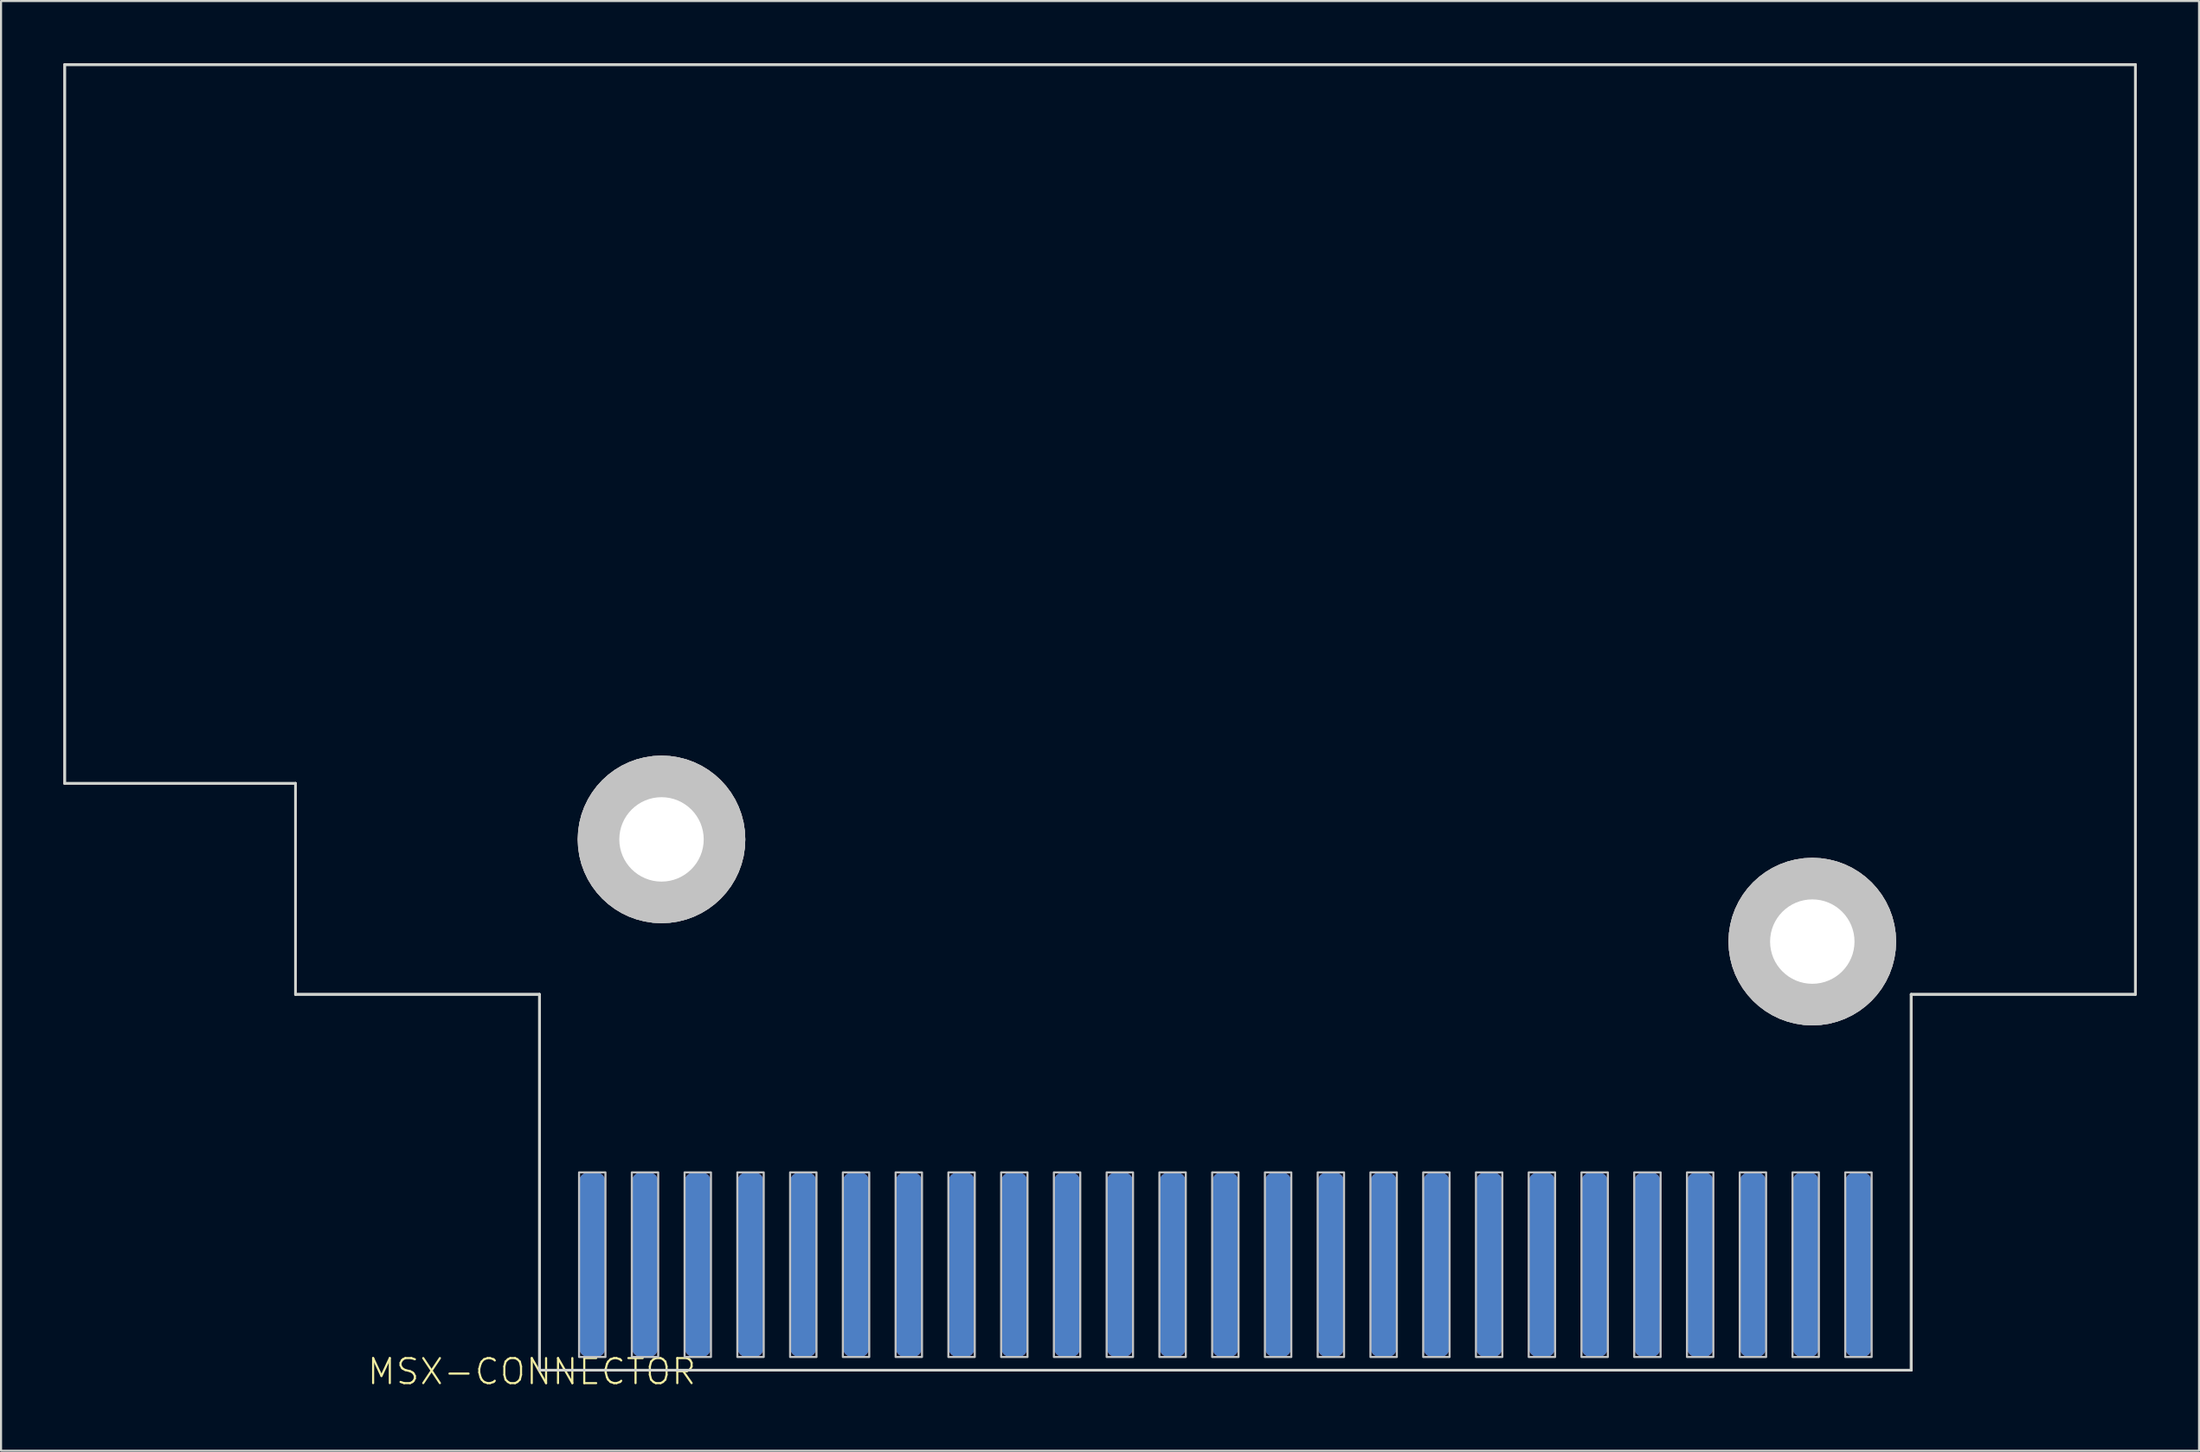
<source format=kicad_pcb>
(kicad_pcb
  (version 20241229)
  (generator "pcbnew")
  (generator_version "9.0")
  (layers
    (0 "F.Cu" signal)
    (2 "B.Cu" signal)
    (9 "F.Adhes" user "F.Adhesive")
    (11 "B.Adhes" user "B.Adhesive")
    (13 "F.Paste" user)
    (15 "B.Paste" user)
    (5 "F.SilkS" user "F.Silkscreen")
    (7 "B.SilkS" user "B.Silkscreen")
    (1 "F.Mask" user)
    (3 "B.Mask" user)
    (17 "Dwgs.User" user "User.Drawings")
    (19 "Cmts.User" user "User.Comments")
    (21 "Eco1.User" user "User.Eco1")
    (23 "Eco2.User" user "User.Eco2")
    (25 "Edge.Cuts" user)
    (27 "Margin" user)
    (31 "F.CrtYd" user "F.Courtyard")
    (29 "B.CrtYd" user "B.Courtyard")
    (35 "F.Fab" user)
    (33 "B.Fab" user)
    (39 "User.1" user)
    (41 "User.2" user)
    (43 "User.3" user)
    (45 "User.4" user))
  (footprint "MSX-CONNECTOR"
    (layer "F.Cu")
    (at 55.944 61.023)
    (property "Reference" "MSX-CONNECTOR" (at -25.4 1.27 0) (layer "F.SilkS") (effects (font (size 1.206 1.206) (thickness 0.102)) (justify right top)))
    (attr through_hole)
    (fp_circle (center -27.146 -23.654) (end -26.922 -23.654) (stroke (width 3.81) (type solid)) (fill no) (layer "Dwgs.User"))
    (fp_circle (center -27.146 -23.654) (end -26.922 -23.654) (stroke (width 3.81) (type solid)) (fill no) (layer "Dwgs.User"))
    (fp_circle (center -27.146 -23.654) (end -26.922 -23.654) (stroke (width 3.81) (type solid)) (fill no) (layer "Dwgs.User"))
    (fp_circle (center -27.146 -23.654) (end -25.138 -23.654) (stroke (width 0.127) (type solid)) (fill no) (layer "Dwgs.User"))
    (fp_circle (center 28.258 -18.733) (end 28.482 -18.733) (stroke (width 3.81) (type solid)) (fill no) (layer "Dwgs.User"))
    (fp_circle (center 28.258 -18.733) (end 28.482 -18.733) (stroke (width 3.81) (type solid)) (fill no) (layer "Dwgs.User"))
    (fp_circle (center 28.258 -18.733) (end 28.482 -18.733) (stroke (width 3.81) (type solid)) (fill no) (layer "Dwgs.User"))
    (fp_circle (center 28.258 -18.733) (end 30.266 -18.733) (stroke (width 0.127) (type solid)) (fill no) (layer "Dwgs.User"))
    (fp_poly (pts (xy -31.115 1.27) (xy -29.845 1.27) (xy -29.845 -7.62) (xy -31.115 -7.62)) (stroke (width 0.1) (type solid)) (fill no) (layer "Dwgs.User"))
    (fp_poly (pts (xy -28.575 1.27) (xy -27.305 1.27) (xy -27.305 -7.62) (xy -28.575 -7.62)) (stroke (width 0.1) (type solid)) (fill no) (layer "Dwgs.User"))
    (fp_poly (pts (xy -26.035 1.27) (xy -24.765 1.27) (xy -24.765 -7.62) (xy -26.035 -7.62)) (stroke (width 0.1) (type solid)) (fill no) (layer "Dwgs.User"))
    (fp_poly (pts (xy -23.495 1.27) (xy -22.225 1.27) (xy -22.225 -7.62) (xy -23.495 -7.62)) (stroke (width 0.1) (type solid)) (fill no) (layer "Dwgs.User"))
    (fp_poly (pts (xy -20.955 1.27) (xy -19.685 1.27) (xy -19.685 -7.62) (xy -20.955 -7.62)) (stroke (width 0.1) (type solid)) (fill no) (layer "Dwgs.User"))
    (fp_poly (pts (xy -18.415 1.27) (xy -17.145 1.27) (xy -17.145 -7.62) (xy -18.415 -7.62)) (stroke (width 0.1) (type solid)) (fill no) (layer "Dwgs.User"))
    (fp_poly (pts (xy -15.875 1.27) (xy -14.605 1.27) (xy -14.605 -7.62) (xy -15.875 -7.62)) (stroke (width 0.1) (type solid)) (fill no) (layer "Dwgs.User"))
    (fp_poly (pts (xy -13.335 1.27) (xy -12.065 1.27) (xy -12.065 -7.62) (xy -13.335 -7.62)) (stroke (width 0.1) (type solid)) (fill no) (layer "Dwgs.User"))
    (fp_poly (pts (xy -10.795 1.27) (xy -9.525 1.27) (xy -9.525 -7.62) (xy -10.795 -7.62)) (stroke (width 0.1) (type solid)) (fill no) (layer "Dwgs.User"))
    (fp_poly (pts (xy -8.255 1.27) (xy -6.985 1.27) (xy -6.985 -7.62) (xy -8.255 -7.62)) (stroke (width 0.1) (type solid)) (fill no) (layer "Dwgs.User"))
    (fp_poly (pts (xy -5.715 1.27) (xy -4.445 1.27) (xy -4.445 -7.62) (xy -5.715 -7.62)) (stroke (width 0.1) (type solid)) (fill no) (layer "Dwgs.User"))
    (fp_poly (pts (xy -3.175 1.27) (xy -1.905 1.27) (xy -1.905 -7.62) (xy -3.175 -7.62)) (stroke (width 0.1) (type solid)) (fill no) (layer "Dwgs.User"))
    (fp_poly (pts (xy -0.635 1.27) (xy 0.635 1.27) (xy 0.635 -7.62) (xy -0.635 -7.62)) (stroke (width 0.1) (type solid)) (fill no) (layer "Dwgs.User"))
    (fp_poly (pts (xy 1.905 1.27) (xy 3.175 1.27) (xy 3.175 -7.62) (xy 1.905 -7.62)) (stroke (width 0.1) (type solid)) (fill no) (layer "Dwgs.User"))
    (fp_poly (pts (xy 4.445 1.27) (xy 5.715 1.27) (xy 5.715 -7.62) (xy 4.445 -7.62)) (stroke (width 0.1) (type solid)) (fill no) (layer "Dwgs.User"))
    (fp_poly (pts (xy 6.985 1.27) (xy 8.255 1.27) (xy 8.255 -7.62) (xy 6.985 -7.62)) (stroke (width 0.1) (type solid)) (fill no) (layer "Dwgs.User"))
    (fp_poly (pts (xy 9.525 1.27) (xy 10.795 1.27) (xy 10.795 -7.62) (xy 9.525 -7.62)) (stroke (width 0.1) (type solid)) (fill no) (layer "Dwgs.User"))
    (fp_poly (pts (xy 12.065 1.27) (xy 13.335 1.27) (xy 13.335 -7.62) (xy 12.065 -7.62)) (stroke (width 0.1) (type solid)) (fill no) (layer "Dwgs.User"))
    (fp_poly (pts (xy 14.605 1.27) (xy 15.875 1.27) (xy 15.875 -7.62) (xy 14.605 -7.62)) (stroke (width 0.1) (type solid)) (fill no) (layer "Dwgs.User"))
    (fp_poly (pts (xy 17.145 1.27) (xy 18.415 1.27) (xy 18.415 -7.62) (xy 17.145 -7.62)) (stroke (width 0.1) (type solid)) (fill no) (layer "Dwgs.User"))
    (fp_poly (pts (xy 19.685 1.27) (xy 20.955 1.27) (xy 20.955 -7.62) (xy 19.685 -7.62)) (stroke (width 0.1) (type solid)) (fill no) (layer "Dwgs.User"))
    (fp_poly (pts (xy 22.225 1.27) (xy 23.495 1.27) (xy 23.495 -7.62) (xy 22.225 -7.62)) (stroke (width 0.1) (type solid)) (fill no) (layer "Dwgs.User"))
    (fp_poly (pts (xy 24.765 1.27) (xy 26.035 1.27) (xy 26.035 -7.62) (xy 24.765 -7.62)) (stroke (width 0.1) (type solid)) (fill no) (layer "Dwgs.User"))
    (fp_poly (pts (xy 27.305 1.27) (xy 28.575 1.27) (xy 28.575 -7.62) (xy 27.305 -7.62)) (stroke (width 0.1) (type solid)) (fill no) (layer "Dwgs.User"))
    (fp_poly (pts (xy 29.845 1.27) (xy 31.115 1.27) (xy 31.115 -7.62) (xy 29.845 -7.62)) (stroke (width 0.1) (type solid)) (fill no) (layer "Dwgs.User"))
    (fp_line (start -55.88 -60.96) (end -55.88 -26.352) (stroke (width 0.127) (type solid)) (layer "Edge.Cuts"))
    (fp_line (start -55.88 -60.96) (end -55.88 -26.352) (stroke (width 0.127) (type solid)) (layer "Edge.Cuts"))
    (fp_line (start -55.88 -26.352) (end -44.767 -26.352) (stroke (width 0.127) (type solid)) (layer "Edge.Cuts"))
    (fp_line (start -44.767 -26.352) (end -55.88 -26.352) (stroke (width 0.127) (type solid)) (layer "Edge.Cuts"))
    (fp_line (start -44.767 -26.352) (end -44.767 -16.192) (stroke (width 0.127) (type solid)) (layer "Edge.Cuts"))
    (fp_line (start -44.767 -16.192) (end -44.767 -26.352) (stroke (width 0.127) (type solid)) (layer "Edge.Cuts"))
    (fp_line (start -44.767 -16.192) (end -33.02 -16.192) (stroke (width 0.127) (type solid)) (layer "Edge.Cuts"))
    (fp_line (start -33.02 -16.192) (end -44.767 -16.192) (stroke (width 0.127) (type solid)) (layer "Edge.Cuts"))
    (fp_line (start -33.02 -16.192) (end -33.02 1.905) (stroke (width 0.127) (type solid)) (layer "Edge.Cuts"))
    (fp_line (start -33.02 1.905) (end -33.02 -16.192) (stroke (width 0.127) (type solid)) (layer "Edge.Cuts"))
    (fp_line (start -33.02 1.905) (end 33.02 1.905) (stroke (width 0.127) (type solid)) (layer "Edge.Cuts"))
    (fp_line (start 33.02 -16.192) (end 43.815 -16.192) (stroke (width 0.127) (type solid)) (layer "Edge.Cuts"))
    (fp_line (start 33.02 -16.192) (end 43.815 -16.192) (stroke (width 0.127) (type solid)) (layer "Edge.Cuts"))
    (fp_line (start 33.02 1.905) (end -33.02 1.905) (stroke (width 0.127) (type solid)) (layer "Edge.Cuts"))
    (fp_line (start 33.02 1.905) (end 33.02 -16.192) (stroke (width 0.127) (type solid)) (layer "Edge.Cuts"))
    (fp_line (start 33.02 1.905) (end 33.02 -16.192) (stroke (width 0.127) (type solid)) (layer "Edge.Cuts"))
    (fp_line (start 43.815 -60.96) (end -55.88 -60.96) (stroke (width 0.127) (type solid)) (layer "Edge.Cuts"))
    (fp_line (start 43.815 -60.96) (end -55.88 -60.96) (stroke (width 0.127) (type solid)) (layer "Edge.Cuts"))
    (fp_line (start 43.815 -16.192) (end 43.815 -60.96) (stroke (width 0.127) (type solid)) (layer "Edge.Cuts"))
    (fp_line (start 43.815 -16.192) (end 43.815 -60.96) (stroke (width 0.127) (type solid)) (layer "Edge.Cuts"))
    (pad "" np_thru_hole circle (at -27.146 -23.654) (size 4.064 4.064) (drill 4.064) (layers "*.Cu" "*.Mask"))
    (pad "" np_thru_hole circle (at 28.258 -18.733) (size 4.064 4.064) (drill 4.064) (layers "*.Cu" "*.Mask"))
    (pad "1" smd roundrect (at 30.48 -3.175 90) (size 8.89 1.27) (layers "B.Cu" "B.Mask" "B.Paste") (roundrect_rratio 0.35))
    (pad "2" smd roundrect (at 30.48 -3.175 90) (size 8.89 1.27) (layers "F.Cu" "F.Mask" "F.Paste") (roundrect_rratio 0.35))
    (pad "3" smd roundrect (at 27.94 -3.175 90) (size 8.89 1.27) (layers "B.Cu" "B.Mask" "B.Paste") (roundrect_rratio 0.35))
    (pad "4" smd roundrect (at 27.94 -3.175 90) (size 8.89 1.27) (layers "F.Cu" "F.Mask" "F.Paste") (roundrect_rratio 0.35))
    (pad "5" smd roundrect (at 25.4 -3.175 90) (size 8.89 1.27) (layers "B.Cu" "B.Mask" "B.Paste") (roundrect_rratio 0.35))
    (pad "6" smd roundrect (at 25.4 -3.175 90) (size 8.89 1.27) (layers "F.Cu" "F.Mask" "F.Paste") (roundrect_rratio 0.35))
    (pad "7" smd roundrect (at 22.86 -3.175 90) (size 8.89 1.27) (layers "B.Cu" "B.Mask" "B.Paste") (roundrect_rratio 0.35))
    (pad "8" smd roundrect (at 22.86 -3.175 90) (size 8.89 1.27) (layers "F.Cu" "F.Mask" "F.Paste") (roundrect_rratio 0.35))
    (pad "9" smd roundrect (at 20.32 -3.175 90) (size 8.89 1.27) (layers "B.Cu" "B.Mask" "B.Paste") (roundrect_rratio 0.35))
    (pad "10" smd roundrect (at 20.32 -3.175 90) (size 8.89 1.27) (layers "F.Cu" "F.Mask" "F.Paste") (roundrect_rratio 0.35))
    (pad "11" smd roundrect (at 17.78 -3.175 90) (size 8.89 1.27) (layers "B.Cu" "B.Mask" "B.Paste") (roundrect_rratio 0.35))
    (pad "12" smd roundrect (at 17.78 -3.175 90) (size 8.89 1.27) (layers "F.Cu" "F.Mask" "F.Paste") (roundrect_rratio 0.35))
    (pad "13" smd roundrect (at 15.24 -3.175 90) (size 8.89 1.27) (layers "B.Cu" "B.Mask" "B.Paste") (roundrect_rratio 0.35))
    (pad "14" smd roundrect (at 15.24 -3.175 90) (size 8.89 1.27) (layers "F.Cu" "F.Mask" "F.Paste") (roundrect_rratio 0.35))
    (pad "15" smd roundrect (at 12.7 -3.175 90) (size 8.89 1.27) (layers "B.Cu" "B.Mask" "B.Paste") (roundrect_rratio 0.35))
    (pad "16" smd roundrect (at 12.7 -3.175 90) (size 8.89 1.27) (layers "F.Cu" "F.Mask" "F.Paste") (roundrect_rratio 0.35))
    (pad "17" smd roundrect (at 10.16 -3.175 90) (size 8.89 1.27) (layers "B.Cu" "B.Mask" "B.Paste") (roundrect_rratio 0.35))
    (pad "18" smd roundrect (at 10.16 -3.175 270) (size 8.89 1.27) (layers "F.Cu" "F.Mask" "F.Paste") (roundrect_rratio 0.35))
    (pad "19" smd roundrect (at 7.62 -3.175 90) (size 8.89 1.27) (layers "B.Cu" "B.Mask" "B.Paste") (roundrect_rratio 0.35))
    (pad "20" smd roundrect (at 7.62 -3.175 270) (size 8.89 1.27) (layers "F.Cu" "F.Mask" "F.Paste") (roundrect_rratio 0.35))
    (pad "21" smd roundrect (at 5.08 -3.175 90) (size 8.89 1.27) (layers "B.Cu" "B.Mask" "B.Paste") (roundrect_rratio 0.35))
    (pad "22" smd roundrect (at 5.08 -3.175 270) (size 8.89 1.27) (layers "F.Cu" "F.Mask" "F.Paste") (roundrect_rratio 0.35))
    (pad "23" smd roundrect (at 2.54 -3.175 90) (size 8.89 1.27) (layers "B.Cu" "B.Mask" "B.Paste") (roundrect_rratio 0.35))
    (pad "24" smd roundrect (at 2.54 -3.175 270) (size 8.89 1.27) (layers "F.Cu" "F.Mask" "F.Paste") (roundrect_rratio 0.35))
    (pad "25" smd roundrect (at 0 -3.175 90) (size 8.89 1.27) (layers "B.Cu" "B.Mask" "B.Paste") (roundrect_rratio 0.35))
    (pad "26" smd roundrect (at 0 -3.175 270) (size 8.89 1.27) (layers "F.Cu" "F.Mask" "F.Paste") (roundrect_rratio 0.35))
    (pad "27" smd roundrect (at -2.54 -3.175 90) (size 8.89 1.27) (layers "B.Cu" "B.Mask" "B.Paste") (roundrect_rratio 0.35))
    (pad "28" smd roundrect (at -2.54 -3.175 270) (size 8.89 1.27) (layers "F.Cu" "F.Mask" "F.Paste") (roundrect_rratio 0.35))
    (pad "29" smd roundrect (at -5.08 -3.175 90) (size 8.89 1.27) (layers "B.Cu" "B.Mask" "B.Paste") (roundrect_rratio 0.35))
    (pad "30" smd roundrect (at -5.08 -3.175 270) (size 8.89 1.27) (layers "F.Cu" "F.Mask" "F.Paste") (roundrect_rratio 0.35))
    (pad "31" smd roundrect (at -7.62 -3.175 90) (size 8.89 1.27) (layers "B.Cu" "B.Mask" "B.Paste") (roundrect_rratio 0.35))
    (pad "32" smd roundrect (at -7.62 -3.175 270) (size 8.89 1.27) (layers "F.Cu" "F.Mask" "F.Paste") (roundrect_rratio 0.35))
    (pad "33" smd roundrect (at -10.16 -3.175 90) (size 8.89 1.27) (layers "B.Cu" "B.Mask" "B.Paste") (roundrect_rratio 0.35))
    (pad "34" smd roundrect (at -10.16 -3.175 270) (size 8.89 1.27) (layers "F.Cu" "F.Mask" "F.Paste") (roundrect_rratio 0.35))
    (pad "35" smd roundrect (at -12.7 -3.175 90) (size 8.89 1.27) (layers "B.Cu" "B.Mask" "B.Paste") (roundrect_rratio 0.35))
    (pad "36" smd roundrect (at -12.7 -3.175 270) (size 8.89 1.27) (layers "F.Cu" "F.Mask" "F.Paste") (roundrect_rratio 0.35))
    (pad "37" smd roundrect (at -15.24 -3.175 90) (size 8.89 1.27) (layers "B.Cu" "B.Mask" "B.Paste") (roundrect_rratio 0.35))
    (pad "38" smd roundrect (at -15.24 -3.175 90) (size 8.89 1.27) (layers "F.Cu" "F.Mask" "F.Paste") (roundrect_rratio 0.35))
    (pad "39" smd roundrect (at -17.78 -3.175 90) (size 8.89 1.27) (layers "B.Cu" "B.Mask" "B.Paste") (roundrect_rratio 0.35))
    (pad "40" smd roundrect (at -17.78 -3.175 90) (size 8.89 1.27) (layers "F.Cu" "F.Mask" "F.Paste") (roundrect_rratio 0.35))
    (pad "41" smd roundrect (at -20.32 -3.175 90) (size 8.89 1.27) (layers "B.Cu" "B.Mask" "B.Paste") (roundrect_rratio 0.35))
    (pad "42" smd roundrect (at -20.32 -3.175 90) (size 8.89 1.27) (layers "F.Cu" "F.Mask" "F.Paste") (roundrect_rratio 0.35))
    (pad "43" smd roundrect (at -22.86 -3.175 90) (size 8.89 1.27) (layers "B.Cu" "B.Mask" "B.Paste") (roundrect_rratio 0.35))
    (pad "44" smd roundrect (at -22.86 -3.175 90) (size 8.89 1.27) (layers "F.Cu" "F.Mask" "F.Paste") (roundrect_rratio 0.35))
    (pad "45" smd roundrect (at -25.4 -3.175 90) (size 8.89 1.27) (layers "B.Cu" "B.Mask" "B.Paste") (roundrect_rratio 0.35))
    (pad "46" smd roundrect (at -25.4 -3.175 90) (size 8.89 1.27) (layers "F.Cu" "F.Mask" "F.Paste") (roundrect_rratio 0.35))
    (pad "47" smd roundrect (at -27.94 -3.175 90) (size 8.89 1.27) (layers "B.Cu" "B.Mask" "B.Paste") (roundrect_rratio 0.35))
    (pad "48" smd roundrect (at -27.94 -3.175 90) (size 8.89 1.27) (layers "F.Cu" "F.Mask" "F.Paste") (roundrect_rratio 0.35))
    (pad "49" smd roundrect (at -30.48 -3.175 90) (size 8.89 1.27) (layers "B.Cu" "B.Mask" "B.Paste") (roundrect_rratio 0.35))
    (pad "50" smd roundrect (at -30.48 -3.175 90) (size 8.89 1.27) (layers "F.Cu" "F.Mask" "F.Paste") (roundrect_rratio 0.35)))
  (gr_rect
    (start -3 -3)
    (end 102.822 66.805)
    (stroke (width 0.1) (type default))
    (fill no)
    (layer "Edge.Cuts")))
</source>
